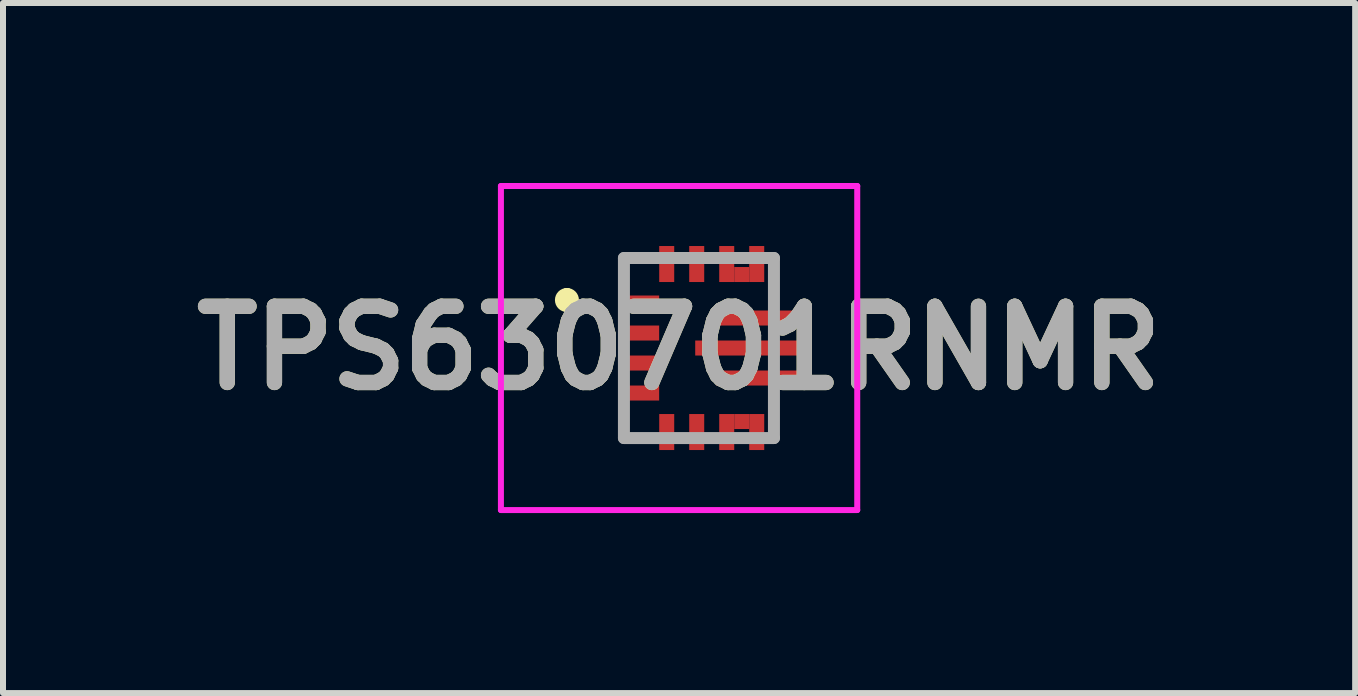
<source format=kicad_pcb>
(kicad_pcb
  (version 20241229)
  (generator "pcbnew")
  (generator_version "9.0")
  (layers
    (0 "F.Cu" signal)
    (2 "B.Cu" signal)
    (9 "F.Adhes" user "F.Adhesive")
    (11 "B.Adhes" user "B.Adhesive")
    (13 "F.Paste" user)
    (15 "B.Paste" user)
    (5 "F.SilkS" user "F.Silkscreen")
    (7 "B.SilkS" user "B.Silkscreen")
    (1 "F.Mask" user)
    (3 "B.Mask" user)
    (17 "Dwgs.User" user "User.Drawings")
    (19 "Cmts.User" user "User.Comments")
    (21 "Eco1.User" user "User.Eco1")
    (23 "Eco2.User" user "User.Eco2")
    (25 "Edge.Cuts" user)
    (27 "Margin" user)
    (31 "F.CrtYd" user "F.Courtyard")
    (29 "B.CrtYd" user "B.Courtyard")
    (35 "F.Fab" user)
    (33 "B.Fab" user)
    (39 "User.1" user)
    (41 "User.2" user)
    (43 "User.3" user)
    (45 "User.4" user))
  (footprint "TPS630701RNMR"
    (layer "F.Cu")
    (at 8.073 2.75)
    (property "Reference" "TPS630701RNMR" (at 0.194 0 0) (layer "F.SilkS") (effects (font (size 1.27 1.27) (thickness 0.254))))
    (attr smd)
    (fp_line (start -1.675 -0.9) (end -1.675 -0.9) (stroke (width 0.2) (type solid)) (layer "F.SilkS"))
    (fp_line (start -1.675 -0.7) (end -1.675 -0.7) (stroke (width 0.2) (type solid)) (layer "F.SilkS"))
    (fp_line (start -0.725 -1.5) (end -0.475 -1.5) (stroke (width 0.1) (type solid)) (layer "F.SilkS"))
    (fp_line (start -0.725 -1) (end -0.725 -1.5) (stroke (width 0.1) (type solid)) (layer "F.SilkS"))
    (fp_line (start -0.725 1.5) (end -0.725 1.225) (stroke (width 0.1) (type solid)) (layer "F.SilkS"))
    (fp_line (start -0.438 1.5) (end -0.725 1.5) (stroke (width 0.1) (type solid)) (layer "F.SilkS"))
    (fp_line (start 1.775 -1.5) (end 1.775 -0.75) (stroke (width 0.1) (type solid)) (layer "F.SilkS"))
    (fp_line (start 1.775 0.75) (end 1.775 1.5) (stroke (width 0.1) (type solid)) (layer "F.SilkS"))
    (fp_arc (start -1.675 -0.9) (mid -1.575 -0.8) (end -1.675 -0.7) (stroke (width 0.2) (type solid)) (layer "F.SilkS"))
    (fp_arc (start -1.675 -0.7) (mid -1.775 -0.8) (end -1.675 -0.9) (stroke (width 0.2) (type solid)) (layer "F.SilkS"))
    (fp_line (start -2.775 -2.7) (end 3.163 -2.7) (stroke (width 0.1) (type solid)) (layer "F.CrtYd"))
    (fp_line (start -2.775 2.7) (end -2.775 -2.7) (stroke (width 0.1) (type solid)) (layer "F.CrtYd"))
    (fp_line (start 3.163 -2.7) (end 3.163 2.7) (stroke (width 0.1) (type solid)) (layer "F.CrtYd"))
    (fp_line (start 3.163 2.7) (end -2.775 2.7) (stroke (width 0.1) (type solid)) (layer "F.CrtYd"))
    (fp_line (start -0.725 -1.5) (end 1.775 -1.5) (stroke (width 0.2) (type solid)) (layer "F.Fab"))
    (fp_line (start -0.725 1.5) (end -0.725 -1.5) (stroke (width 0.2) (type solid)) (layer "F.Fab"))
    (fp_line (start 1.775 -1.5) (end 1.775 1.5) (stroke (width 0.2) (type solid)) (layer "F.Fab"))
    (fp_line (start 1.775 1.5) (end -0.725 1.5) (stroke (width 0.2) (type solid)) (layer "F.Fab"))
    (fp_text user "${REFERENCE}" (at 0.194 0 0) (layer "F.Fab") (effects (font (size 1.27 1.27) (thickness 0.254))))
    (pad "1" smd rect (at -0.438 -0.75 90) (size 0.25 0.6) (layers "F.Cu" "F.Mask" "F.Paste"))
    (pad "2" smd rect (at -0.438 -0.25 90) (size 0.25 0.6) (layers "F.Cu" "F.Mask" "F.Paste"))
    (pad "3" smd rect (at -0.438 0.25 90) (size 0.25 0.6) (layers "F.Cu" "F.Mask" "F.Paste"))
    (pad "4" smd rect (at -0.438 0.75 90) (size 0.25 0.6) (layers "F.Cu" "F.Mask" "F.Paste"))
    (pad "5" smd rect (at -0.012 1.4) (size 0.25 0.6) (layers "F.Cu" "F.Mask" "F.Paste"))
    (pad "6" smd rect (at 0.488 1.4) (size 0.25 0.6) (layers "F.Cu" "F.Mask" "F.Paste"))
    (pad "7" smd rect (at 0.988 1.4) (size 0.25 0.6) (layers "F.Cu" "F.Mask" "F.Paste"))
    (pad "8" smd rect (at 1.488 1.4) (size 0.25 0.6) (layers "F.Cu" "F.Mask" "F.Paste"))
    (pad "9" smd rect (at 1.488 0.5 90) (size 0.25 1.35) (layers "F.Cu" "F.Mask" "F.Paste"))
    (pad "10" smd rect (at 1.313 0 90) (size 0.25 1.7) (layers "F.Cu" "F.Mask" "F.Paste"))
    (pad "11" smd rect (at 1.488 -0.5 90) (size 0.25 1.35) (layers "F.Cu" "F.Mask" "F.Paste"))
    (pad "12" smd rect (at 1.488 -1.4) (size 0.25 0.6) (layers "F.Cu" "F.Mask" "F.Paste"))
    (pad "13" smd rect (at 0.988 -1.4) (size 0.25 0.6) (layers "F.Cu" "F.Mask" "F.Paste"))
    (pad "14" smd rect (at 0.488 -1.4) (size 0.25 0.6) (layers "F.Cu" "F.Mask" "F.Paste"))
    (pad "15" smd rect (at -0.012 -1.4) (size 0.25 0.6) (layers "F.Cu" "F.Mask" "F.Paste"))
    (pad "16" smd rect (at 1.238 -1.225) (size 0.25 0.25) (layers "F.Cu" "F.Mask" "F.Paste"))
    (pad "17" smd rect (at 1.238 1.225) (size 0.25 0.25) (layers "F.Cu" "F.Mask" "F.Paste")))
  (gr_rect
    (start -3 -3)
    (end 19.534 8.5)
    (stroke (width 0.1) (type default))
    (fill no)
    (layer "Edge.Cuts")))
</source>
